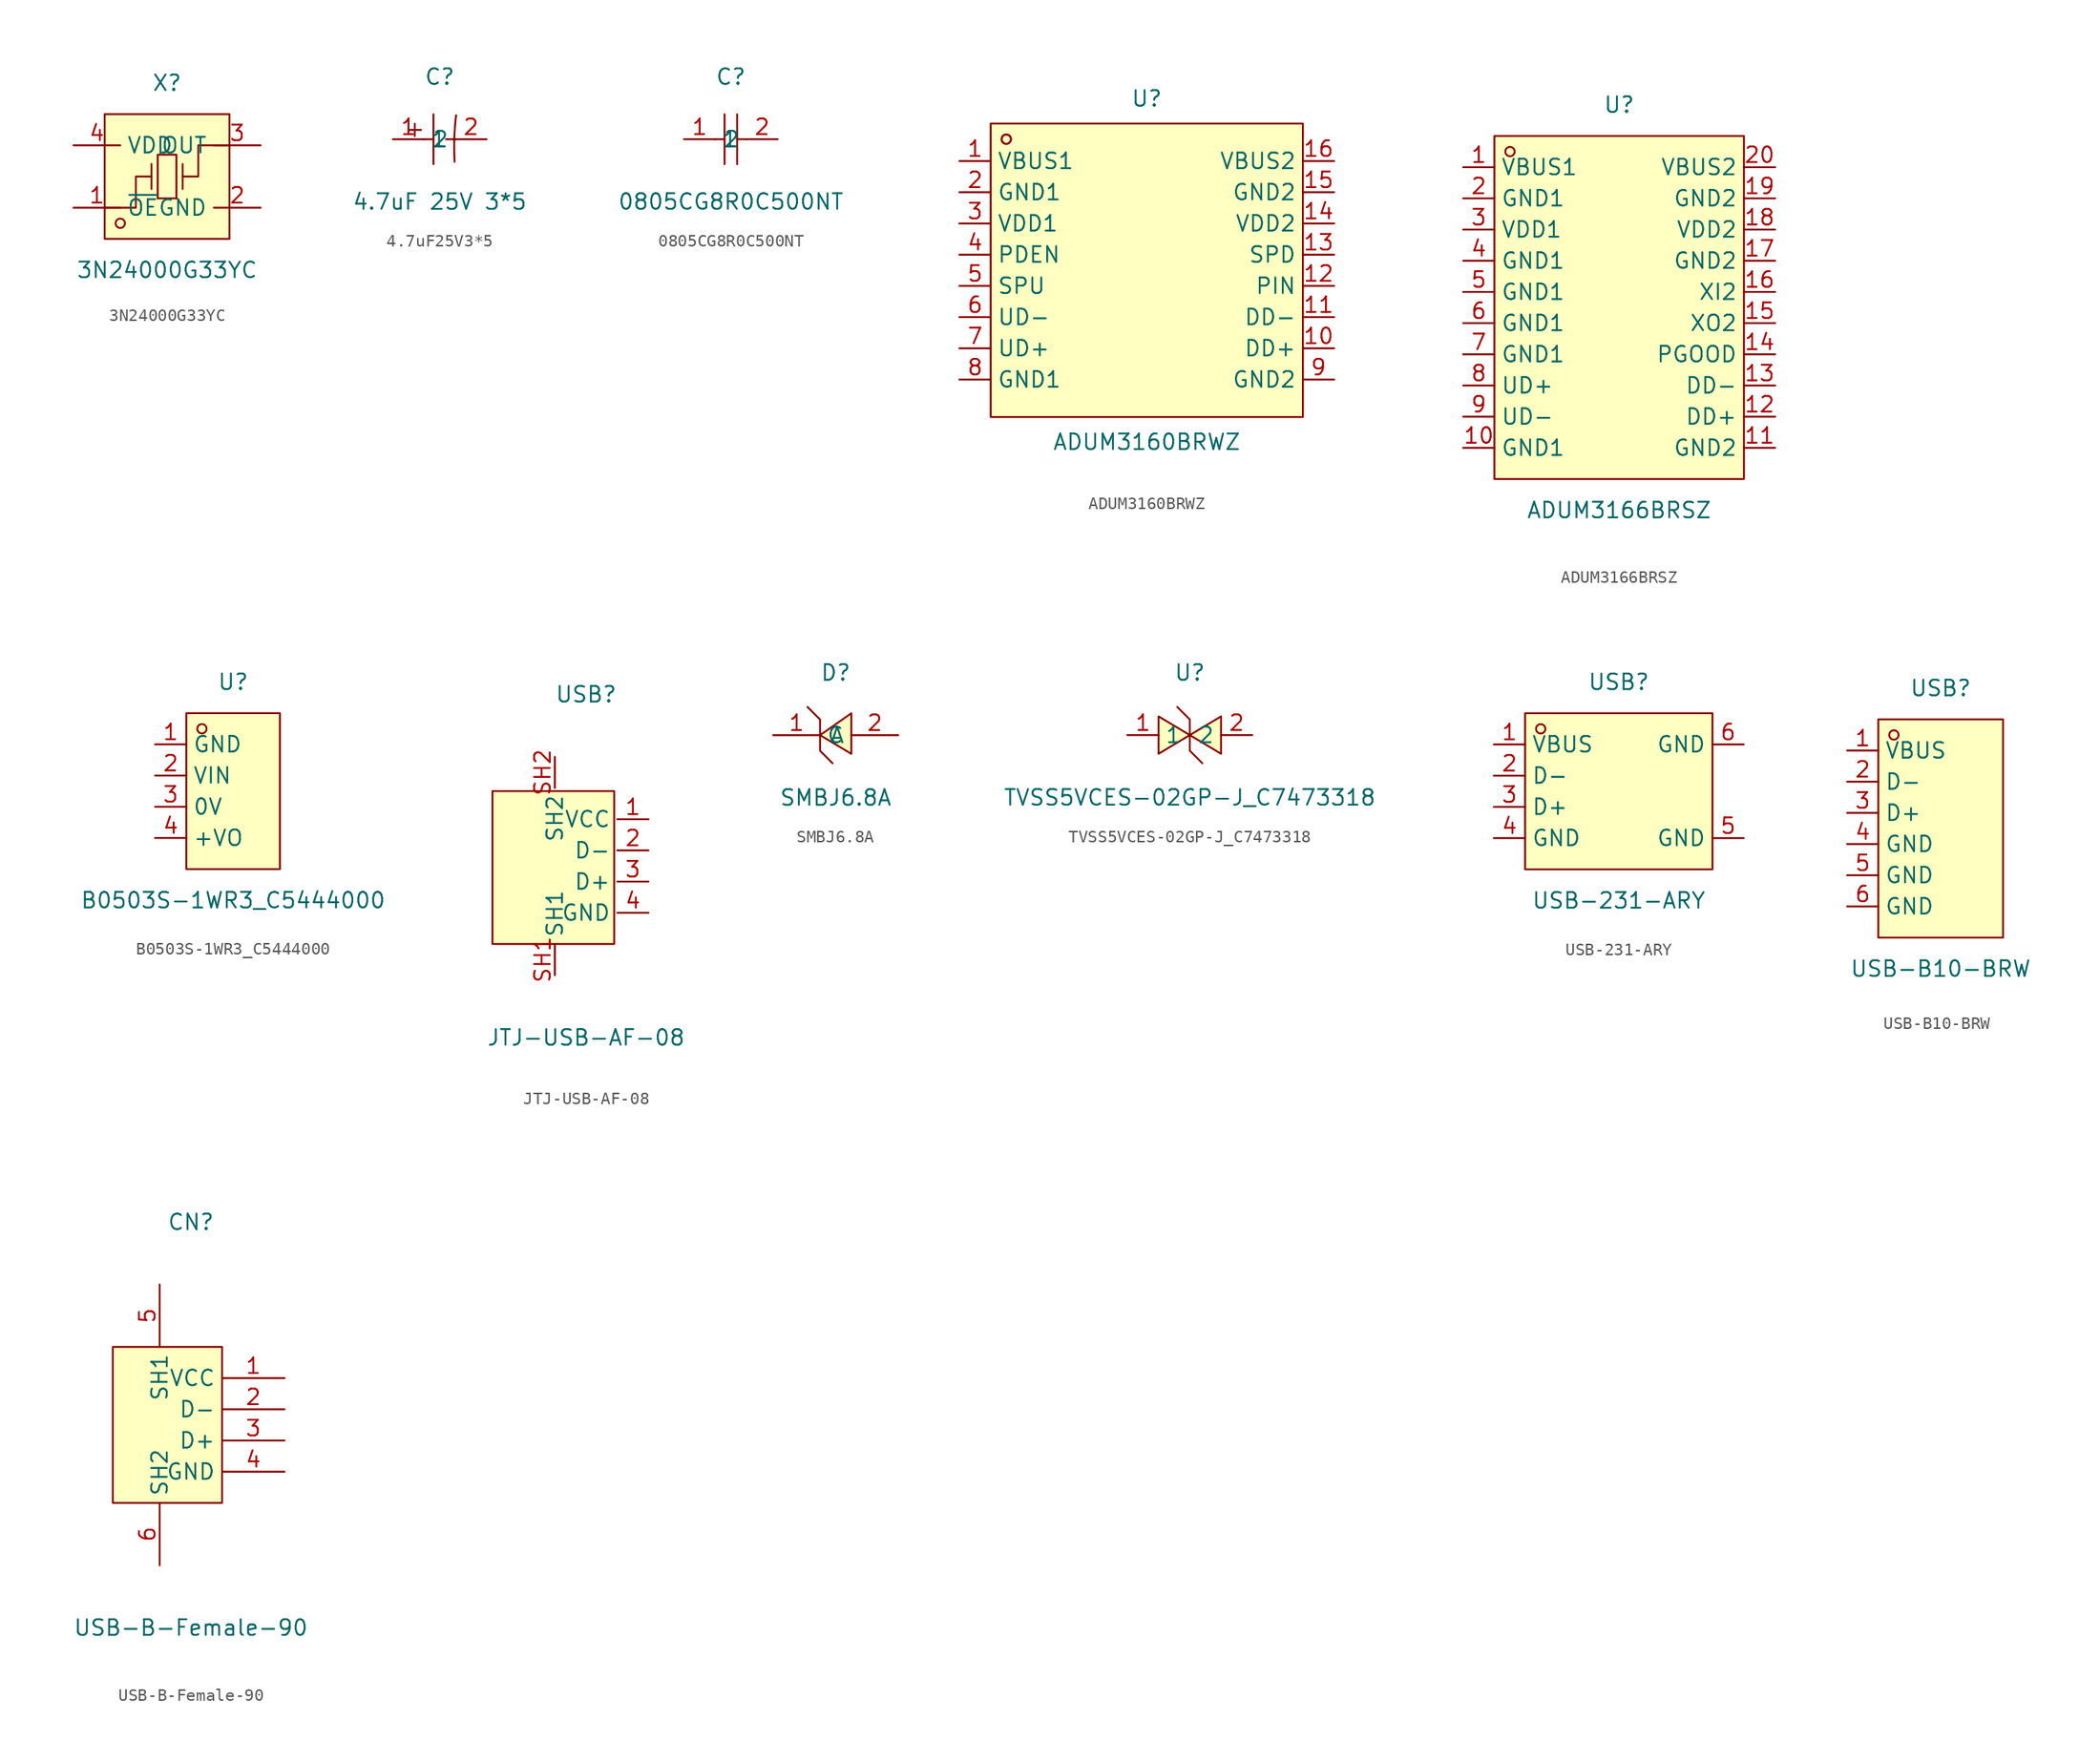
<source format=kicad_sym>
(kicad_symbol_lib
  (version 20211014)
  (generator https://github.com/uPesy/easyeda2kicad.py)
  (symbol "3N24000G33YC"
    (property "Reference" "X"
      (at 0 7.62 0)
      (effects (font (size 1.27 1.27))))
    (property "Value" "3N24000G33YC"
      (at 0 -7.62 0)
      (effects (font (size 1.27 1.27))))
    (symbol "3N24000G33YC_0_1"
      (rectangle (start -5.08 5.08) (end 5.08 -5.08) (stroke (width 0) (type default) (color 0 0 0 0)) (fill (type background)))
      (circle (center -3.81 -3.81) (radius 0.38) (stroke (width 0) (type default) (color 0 0 0 0)) (fill (type none)))
      (polyline (pts (xy -1.27 -1.02) (xy -1.27 1.02)) (stroke (width 0) (type default) (color 0 0 0 0)) (fill (type none)))
      (polyline (pts (xy 0.76 -1.78) (xy -0.76 -1.78)) (stroke (width 0) (type default) (color 0 0 0 0)) (fill (type none)))
      (polyline (pts (xy 1.27 -1.02) (xy 1.27 1.02)) (stroke (width 0) (type default) (color 0 0 0 0)) (fill (type none)))
      (polyline (pts (xy -0.76 -1.78) (xy -0.76 1.78) (xy 0.76 1.78) (xy 0.76 -1.78)) (stroke (width 0) (type default) (color 0 0 0 0)) (fill (type none)))
      (polyline (pts (xy -5.08 -2.54) (xy -2.54 -2.54) (xy -2.54 -0.00) (xy -1.27 -0.00)) (stroke (width 0) (type default) (color 0 0 0 0)) (fill (type none)))
      (polyline (pts (xy 5.08 2.54) (xy 2.54 2.54) (xy 2.54 -0.00) (xy 1.27 -0.00)) (stroke (width 0) (type default) (color 0 0 0 0)) (fill (type none)))
      (pin input line (at -7.62 -2.54 0) (length 3.81) (name "~{OE}" (effects (font (size 1.27 1.27)))) (number "1" (effects (font (size 1.27 1.27)))))
      (pin input line (at 7.62 2.54 180) (length 3.81) (name "OUT" (effects (font (size 1.27 1.27)))) (number "3" (effects (font (size 1.27 1.27)))))
      (pin input line (at -7.62 2.54 0) (length 3.81) (name "VDD" (effects (font (size 1.27 1.27)))) (number "4" (effects (font (size 1.27 1.27)))))
      (pin input line (at 7.62 -2.54 180) (length 3.81) (name "GND" (effects (font (size 1.27 1.27)))) (number "2" (effects (font (size 1.27 1.27)))))))
  (symbol "4.7uF25V3*5"
    (property "Reference" "C"
      (at 0 5.08 0)
      (effects (font (size 1.27 1.27))))
    (property "Value" "4.7uF 25V 3*5"
      (at 0 -5.08 0)
      (effects (font (size 1.27 1.27))))
    (symbol "4.7uF25V3*5_0_1"
      (arc (start 1.33 1.95) (mid 1.22 -1.99) (end 1.21 -1.83) (stroke (width 0) (type default) (color 0 0 0 0)) (fill (type none)))
      (polyline (pts (xy -0.51 2.03) (xy -0.51 -2.03)) (stroke (width 0) (type default) (color 0 0 0 0)) (fill (type none)))
      (polyline (pts (xy -1.27 -0.00) (xy -0.51 -0.00)) (stroke (width 0) (type default) (color 0 0 0 0)) (fill (type none)))
      (polyline (pts (xy 0.51 -0.00) (xy 1.27 -0.00)) (stroke (width 0) (type default) (color 0 0 0 0)) (fill (type none)))
      (polyline (pts (xy -2.54 0.76) (xy -1.52 0.76)) (stroke (width 0) (type default) (color 0 0 0 0)) (fill (type none)))
      (polyline (pts (xy -2.03 1.27) (xy -2.03 0.25)) (stroke (width 0) (type default) (color 0 0 0 0)) (fill (type none)))
      (pin input line (at -3.81 -0.00 0) (length 2.54) (name "1" (effects (font (size 1.27 1.27)))) (number "1" (effects (font (size 1.27 1.27)))))
      (pin input line (at 3.81 -0.00 180) (length 2.54) (name "2" (effects (font (size 1.27 1.27)))) (number "2" (effects (font (size 1.27 1.27)))))))
  (symbol "0805CG8R0C500NT"
    (property "Reference" "C"
      (at 0 5.08 0)
      (effects (font (size 1.27 1.27))))
    (property "Value" "0805CG8R0C500NT"
      (at 0 -5.08 0)
      (effects (font (size 1.27 1.27))))
    (symbol "0805CG8R0C500NT_0_1"
      (polyline (pts (xy -0.51 2.03) (xy -0.51 -2.03)) (stroke (width 0) (type default) (color 0 0 0 0)) (fill (type none)))
      (polyline (pts (xy 0.51 2.03) (xy 0.51 -2.03)) (stroke (width 0) (type default) (color 0 0 0 0)) (fill (type none)))
      (polyline (pts (xy -1.27 -0.00) (xy -0.51 -0.00)) (stroke (width 0) (type default) (color 0 0 0 0)) (fill (type none)))
      (polyline (pts (xy 0.51 -0.00) (xy 1.27 -0.00)) (stroke (width 0) (type default) (color 0 0 0 0)) (fill (type none)))
      (pin input line (at -3.81 -0.00 0) (length 2.54) (name "1" (effects (font (size 1.27 1.27)))) (number "1" (effects (font (size 1.27 1.27)))))
      (pin input line (at 3.81 -0.00 180) (length 2.54) (name "2" (effects (font (size 1.27 1.27)))) (number "2" (effects (font (size 1.27 1.27)))))))
  (symbol "ADUM3160BRWZ"
    (property "Reference" "U"
      (at 0 13.97 0)
      (effects (font (size 1.27 1.27))))
    (property "Value" "ADUM3160BRWZ"
      (at 0 -13.97 0)
      (effects (font (size 1.27 1.27))))
    (symbol "ADUM3160BRWZ_0_1"
      (rectangle (start -12.70 11.94) (end 12.70 -11.94) (stroke (width 0) (type default) (color 0 0 0 0)) (fill (type background)))
      (circle (center -11.43 10.67) (radius 0.38) (stroke (width 0) (type default) (color 0 0 0 0)) (fill (type none)))
      (circle (center -11.43 10.67) (radius 0.38) (stroke (width 0) (type default) (color 0 0 0 0)) (fill (type none)))
      (pin unspecified line (at -15.24 8.89 0) (length 2.54) (name "VBUS1" (effects (font (size 1.27 1.27)))) (number "1" (effects (font (size 1.27 1.27)))))
      (pin unspecified line (at -15.24 6.35 0) (length 2.54) (name "GND1" (effects (font (size 1.27 1.27)))) (number "2" (effects (font (size 1.27 1.27)))))
      (pin unspecified line (at -15.24 3.81 0) (length 2.54) (name "VDD1" (effects (font (size 1.27 1.27)))) (number "3" (effects (font (size 1.27 1.27)))))
      (pin unspecified line (at -15.24 1.27 0) (length 2.54) (name "PDEN" (effects (font (size 1.27 1.27)))) (number "4" (effects (font (size 1.27 1.27)))))
      (pin unspecified line (at -15.24 -1.27 0) (length 2.54) (name "SPU" (effects (font (size 1.27 1.27)))) (number "5" (effects (font (size 1.27 1.27)))))
      (pin unspecified line (at -15.24 -3.81 0) (length 2.54) (name "UD-" (effects (font (size 1.27 1.27)))) (number "6" (effects (font (size 1.27 1.27)))))
      (pin unspecified line (at -15.24 -6.35 0) (length 2.54) (name "UD+" (effects (font (size 1.27 1.27)))) (number "7" (effects (font (size 1.27 1.27)))))
      (pin unspecified line (at -15.24 -8.89 0) (length 2.54) (name "GND1" (effects (font (size 1.27 1.27)))) (number "8" (effects (font (size 1.27 1.27)))))
      (pin unspecified line (at 15.24 -8.89 180) (length 2.54) (name "GND2" (effects (font (size 1.27 1.27)))) (number "9" (effects (font (size 1.27 1.27)))))
      (pin unspecified line (at 15.24 -6.35 180) (length 2.54) (name "DD+" (effects (font (size 1.27 1.27)))) (number "10" (effects (font (size 1.27 1.27)))))
      (pin unspecified line (at 15.24 -3.81 180) (length 2.54) (name "DD-" (effects (font (size 1.27 1.27)))) (number "11" (effects (font (size 1.27 1.27)))))
      (pin unspecified line (at 15.24 -1.27 180) (length 2.54) (name "PIN" (effects (font (size 1.27 1.27)))) (number "12" (effects (font (size 1.27 1.27)))))
      (pin unspecified line (at 15.24 1.27 180) (length 2.54) (name "SPD" (effects (font (size 1.27 1.27)))) (number "13" (effects (font (size 1.27 1.27)))))
      (pin unspecified line (at 15.24 3.81 180) (length 2.54) (name "VDD2" (effects (font (size 1.27 1.27)))) (number "14" (effects (font (size 1.27 1.27)))))
      (pin unspecified line (at 15.24 6.35 180) (length 2.54) (name "GND2" (effects (font (size 1.27 1.27)))) (number "15" (effects (font (size 1.27 1.27)))))
      (pin unspecified line (at 15.24 8.89 180) (length 2.54) (name "VBUS2" (effects (font (size 1.27 1.27)))) (number "16" (effects (font (size 1.27 1.27)))))))
  (symbol "ADUM3166BRSZ"
    (property "Reference" "U"
      (at 0 16.51 0)
      (effects (font (size 1.27 1.27))))
    (property "Value" "ADUM3166BRSZ"
      (at 0 -16.51 0)
      (effects (font (size 1.27 1.27))))
    (symbol "ADUM3166BRSZ_0_1"
      (rectangle (start -10.16 13.97) (end 10.16 -13.97) (stroke (width 0) (type default) (color 0 0 0 0)) (fill (type background)))
      (circle (center -8.89 12.70) (radius 0.38) (stroke (width 0) (type default) (color 0 0 0 0)) (fill (type none)))
      (pin unspecified line (at -12.70 11.43 0) (length 2.54) (name "VBUS1" (effects (font (size 1.27 1.27)))) (number "1" (effects (font (size 1.27 1.27)))))
      (pin unspecified line (at -12.70 8.89 0) (length 2.54) (name "GND1" (effects (font (size 1.27 1.27)))) (number "2" (effects (font (size 1.27 1.27)))))
      (pin unspecified line (at -12.70 6.35 0) (length 2.54) (name "VDD1" (effects (font (size 1.27 1.27)))) (number "3" (effects (font (size 1.27 1.27)))))
      (pin unspecified line (at -12.70 3.81 0) (length 2.54) (name "GND1" (effects (font (size 1.27 1.27)))) (number "4" (effects (font (size 1.27 1.27)))))
      (pin unspecified line (at -12.70 1.27 0) (length 2.54) (name "GND1" (effects (font (size 1.27 1.27)))) (number "5" (effects (font (size 1.27 1.27)))))
      (pin unspecified line (at -12.70 -1.27 0) (length 2.54) (name "GND1" (effects (font (size 1.27 1.27)))) (number "6" (effects (font (size 1.27 1.27)))))
      (pin unspecified line (at -12.70 -3.81 0) (length 2.54) (name "GND1" (effects (font (size 1.27 1.27)))) (number "7" (effects (font (size 1.27 1.27)))))
      (pin unspecified line (at -12.70 -6.35 0) (length 2.54) (name "UD+" (effects (font (size 1.27 1.27)))) (number "8" (effects (font (size 1.27 1.27)))))
      (pin unspecified line (at -12.70 -8.89 0) (length 2.54) (name "UD−" (effects (font (size 1.27 1.27)))) (number "9" (effects (font (size 1.27 1.27)))))
      (pin unspecified line (at -12.70 -11.43 0) (length 2.54) (name "GND1" (effects (font (size 1.27 1.27)))) (number "10" (effects (font (size 1.27 1.27)))))
      (pin unspecified line (at 12.70 -11.43 180) (length 2.54) (name "GND2" (effects (font (size 1.27 1.27)))) (number "11" (effects (font (size 1.27 1.27)))))
      (pin unspecified line (at 12.70 -8.89 180) (length 2.54) (name "DD+" (effects (font (size 1.27 1.27)))) (number "12" (effects (font (size 1.27 1.27)))))
      (pin unspecified line (at 12.70 -6.35 180) (length 2.54) (name "DD−" (effects (font (size 1.27 1.27)))) (number "13" (effects (font (size 1.27 1.27)))))
      (pin unspecified line (at 12.70 -3.81 180) (length 2.54) (name "PGOOD" (effects (font (size 1.27 1.27)))) (number "14" (effects (font (size 1.27 1.27)))))
      (pin unspecified line (at 12.70 -1.27 180) (length 2.54) (name "XO2" (effects (font (size 1.27 1.27)))) (number "15" (effects (font (size 1.27 1.27)))))
      (pin unspecified line (at 12.70 1.27 180) (length 2.54) (name "XI2" (effects (font (size 1.27 1.27)))) (number "16" (effects (font (size 1.27 1.27)))))
      (pin unspecified line (at 12.70 3.81 180) (length 2.54) (name "GND2" (effects (font (size 1.27 1.27)))) (number "17" (effects (font (size 1.27 1.27)))))
      (pin unspecified line (at 12.70 6.35 180) (length 2.54) (name "VDD2" (effects (font (size 1.27 1.27)))) (number "18" (effects (font (size 1.27 1.27)))))
      (pin unspecified line (at 12.70 8.89 180) (length 2.54) (name "GND2" (effects (font (size 1.27 1.27)))) (number "19" (effects (font (size 1.27 1.27)))))
      (pin unspecified line (at 12.70 11.43 180) (length 2.54) (name "VBUS2" (effects (font (size 1.27 1.27)))) (number "20" (effects (font (size 1.27 1.27)))))))
  (symbol "B0503S-1WR3_C5444000"
    (property "Reference" "U"
      (at 0 8.89 0)
      (effects (font (size 1.27 1.27))))
    (property "Value" "B0503S-1WR3_C5444000"
      (at 0 -8.89 0)
      (effects (font (size 1.27 1.27))))
    (symbol "B0503S-1WR3_C5444000_0_1"
      (rectangle (start -3.81 6.35) (end 3.81 -6.35) (stroke (width 0) (type default) (color 0 0 0 0)) (fill (type background)))
      (circle (center -2.54 5.08) (radius 0.38) (stroke (width 0) (type default) (color 0 0 0 0)) (fill (type none)))
      (pin unspecified line (at -6.35 3.81 0) (length 2.54) (name "GND" (effects (font (size 1.27 1.27)))) (number "1" (effects (font (size 1.27 1.27)))))
      (pin unspecified line (at -6.35 1.27 0) (length 2.54) (name "VIN" (effects (font (size 1.27 1.27)))) (number "2" (effects (font (size 1.27 1.27)))))
      (pin unspecified line (at -6.35 -1.27 0) (length 2.54) (name "0V" (effects (font (size 1.27 1.27)))) (number "3" (effects (font (size 1.27 1.27)))))
      (pin unspecified line (at -6.35 -3.81 0) (length 2.54) (name "+VO" (effects (font (size 1.27 1.27)))) (number "4" (effects (font (size 1.27 1.27)))))))
  (symbol "JTJ-USB-AF-08"
    (property "Reference" "USB"
      (at 0 15.24 0)
      (effects (font (size 1.27 1.27))))
    (property "Value" "JTJ-USB-AF-08"
      (at 0 -12.70 0)
      (effects (font (size 1.27 1.27))))
    (symbol "JTJ-USB-AF-08_0_1"
      (rectangle (start -7.62 7.37) (end 2.29 -5.08) (stroke (width 0) (type default) (color 0 0 0 0)) (fill (type background)))
      (pin input line (at 5.08 5.08 180) (length 2.54) (name "VCC" (effects (font (size 1.27 1.27)))) (number "1" (effects (font (size 1.27 1.27)))))
      (pin input line (at 5.08 2.54 180) (length 2.54) (name "D-" (effects (font (size 1.27 1.27)))) (number "2" (effects (font (size 1.27 1.27)))))
      (pin input line (at 5.08 -0.00 180) (length 2.54) (name "D+" (effects (font (size 1.27 1.27)))) (number "3" (effects (font (size 1.27 1.27)))))
      (pin input line (at 5.08 -2.54 180) (length 2.54) (name "GND" (effects (font (size 1.27 1.27)))) (number "4" (effects (font (size 1.27 1.27)))))
      (pin unspecified line (at -2.54 -7.62 90) (length 2.54) (name "SH1" (effects (font (size 1.27 1.27)))) (number "SH1" (effects (font (size 1.27 1.27)))))
      (pin unspecified line (at -2.54 10.16 270) (length 2.54) (name "SH2" (effects (font (size 1.27 1.27)))) (number "SH2" (effects (font (size 1.27 1.27)))))))
  (symbol "SMBJ6.8A"
    (property "Reference" "D"
      (at 0 5.08 0)
      (effects (font (size 1.27 1.27))))
    (property "Value" "SMBJ6.8A"
      (at 0 -5.08 0)
      (effects (font (size 1.27 1.27))))
    (symbol "SMBJ6.8A_0_1"
      (polyline (pts (xy 1.27 -1.52) (xy -1.27 -0.00) (xy 1.27 1.78) (xy 1.27 -1.52)) (stroke (width 0) (type default) (color 0 0 0 0)) (fill (type background)))
      (polyline (pts (xy -2.29 2.29) (xy -1.27 1.27) (xy -1.27 -1.27) (xy -0.25 -2.29)) (stroke (width 0) (type default) (color 0 0 0 0)) (fill (type none)))
      (pin unspecified line (at -5.08 -0.00 0) (length 3.81) (name "C" (effects (font (size 1.27 1.27)))) (number "1" (effects (font (size 1.27 1.27)))))
      (pin unspecified line (at 5.08 -0.00 180) (length 3.81) (name "A" (effects (font (size 1.27 1.27)))) (number "2" (effects (font (size 1.27 1.27)))))))
  (symbol "TVSS5VCES-02GP-J_C7473318"
    (property "Reference" "U"
      (at 0 5.08 0)
      (effects (font (size 1.27 1.27))))
    (property "Value" "TVSS5VCES-02GP-J_C7473318"
      (at 0 -5.08 0)
      (effects (font (size 1.27 1.27))))
    (symbol "TVSS5VCES-02GP-J_C7473318_0_1"
      (polyline (pts (xy 2.54 -1.52) (xy 0.00 -0.00) (xy 2.54 1.52) (xy 2.54 -1.52)) (stroke (width 0) (type default) (color 0 0 0 0)) (fill (type background)))
      (polyline (pts (xy -2.54 1.52) (xy 0.00 -0.00) (xy -2.54 -1.52) (xy -2.54 1.52)) (stroke (width 0) (type default) (color 0 0 0 0)) (fill (type background)))
      (polyline (pts (xy 1.02 -2.29) (xy 0.00 -1.27) (xy 0.00 1.27) (xy -1.02 2.29)) (stroke (width 0) (type default) (color 0 0 0 0)) (fill (type none)))
      (pin unspecified line (at 5.08 -0.00 180) (length 2.54) (name "2" (effects (font (size 1.27 1.27)))) (number "2" (effects (font (size 1.27 1.27)))))
      (pin unspecified line (at -5.08 -0.00 0) (length 2.54) (name "1" (effects (font (size 1.27 1.27)))) (number "1" (effects (font (size 1.27 1.27)))))))
  (symbol "USB-231-ARY"
    (property "Reference" "USB"
      (at 0 10.16 0)
      (effects (font (size 1.27 1.27))))
    (property "Value" "USB-231-ARY"
      (at 0 -7.62 0)
      (effects (font (size 1.27 1.27))))
    (symbol "USB-231-ARY_0_1"
      (rectangle (start -7.62 7.62) (end 7.62 -5.08) (stroke (width 0) (type default) (color 0 0 0 0)) (fill (type background)))
      (circle (center -6.35 6.35) (radius 0.38) (stroke (width 0) (type default) (color 0 0 0 0)) (fill (type none)))
      (pin unspecified line (at -10.16 5.08 0) (length 2.54) (name "VBUS" (effects (font (size 1.27 1.27)))) (number "1" (effects (font (size 1.27 1.27)))))
      (pin unspecified line (at -10.16 2.54 0) (length 2.54) (name "D-" (effects (font (size 1.27 1.27)))) (number "2" (effects (font (size 1.27 1.27)))))
      (pin unspecified line (at -10.16 -0.00 0) (length 2.54) (name "D+" (effects (font (size 1.27 1.27)))) (number "3" (effects (font (size 1.27 1.27)))))
      (pin unspecified line (at -10.16 -2.54 0) (length 2.54) (name "GND" (effects (font (size 1.27 1.27)))) (number "4" (effects (font (size 1.27 1.27)))))
      (pin unspecified line (at 10.16 -2.54 180) (length 2.54) (name "GND" (effects (font (size 1.27 1.27)))) (number "5" (effects (font (size 1.27 1.27)))))
      (pin unspecified line (at 10.16 5.08 180) (length 2.54) (name "GND" (effects (font (size 1.27 1.27)))) (number "6" (effects (font (size 1.27 1.27)))))))
  (symbol "USB-B10-BRW"
    (property "Reference" "USB"
      (at 0 11.43 0)
      (effects (font (size 1.27 1.27))))
    (property "Value" "USB-B10-BRW"
      (at 0 -11.43 0)
      (effects (font (size 1.27 1.27))))
    (symbol "USB-B10-BRW_0_1"
      (rectangle (start -5.08 8.89) (end 5.08 -8.89) (stroke (width 0) (type default) (color 0 0 0 0)) (fill (type background)))
      (circle (center -3.81 7.62) (radius 0.38) (stroke (width 0) (type default) (color 0 0 0 0)) (fill (type none)))
      (pin unspecified line (at -7.62 6.35 0) (length 2.54) (name "VBUS" (effects (font (size 1.27 1.27)))) (number "1" (effects (font (size 1.27 1.27)))))
      (pin unspecified line (at -7.62 3.81 0) (length 2.54) (name "D-" (effects (font (size 1.27 1.27)))) (number "2" (effects (font (size 1.27 1.27)))))
      (pin unspecified line (at -7.62 1.27 0) (length 2.54) (name "D+" (effects (font (size 1.27 1.27)))) (number "3" (effects (font (size 1.27 1.27)))))
      (pin unspecified line (at -7.62 -1.27 0) (length 2.54) (name "GND" (effects (font (size 1.27 1.27)))) (number "4" (effects (font (size 1.27 1.27)))))
      (pin unspecified line (at -7.62 -3.81 0) (length 2.54) (name "GND" (effects (font (size 1.27 1.27)))) (number "5" (effects (font (size 1.27 1.27)))))
      (pin unspecified line (at -7.62 -6.35 0) (length 2.54) (name "GND" (effects (font (size 1.27 1.27)))) (number "6" (effects (font (size 1.27 1.27)))))))
  (symbol "USB-B-Female-90"
    (property "Reference" "CN"
      (at 0 17.78 0)
      (effects (font (size 1.27 1.27))))
    (property "Value" "USB-B-Female-90"
      (at 0 -15.24 0)
      (effects (font (size 1.27 1.27))))
    (symbol "USB-B-Female-90_0_1"
      (rectangle (start -6.35 7.62) (end 2.54 -5.08) (stroke (width 0) (type default) (color 0 0 0 0)) (fill (type background)))
      (pin input line (at 7.62 5.08 180) (length 5.08) (name "VCC" (effects (font (size 1.27 1.27)))) (number "1" (effects (font (size 1.27 1.27)))))
      (pin input line (at 7.62 2.54 180) (length 5.08) (name "D-" (effects (font (size 1.27 1.27)))) (number "2" (effects (font (size 1.27 1.27)))))
      (pin input line (at 7.62 -0.00 180) (length 5.08) (name "D+" (effects (font (size 1.27 1.27)))) (number "3" (effects (font (size 1.27 1.27)))))
      (pin input line (at 7.62 -2.54 180) (length 5.08) (name "GND" (effects (font (size 1.27 1.27)))) (number "4" (effects (font (size 1.27 1.27)))))
      (pin unspecified line (at -2.54 12.70 270) (length 5.08) (name "SH1" (effects (font (size 1.27 1.27)))) (number "5" (effects (font (size 1.27 1.27)))))
      (pin unspecified line (at -2.54 -10.16 90) (length 5.08) (name "SH2" (effects (font (size 1.27 1.27)))) (number "6" (effects (font (size 1.27 1.27))))))))
</source>
